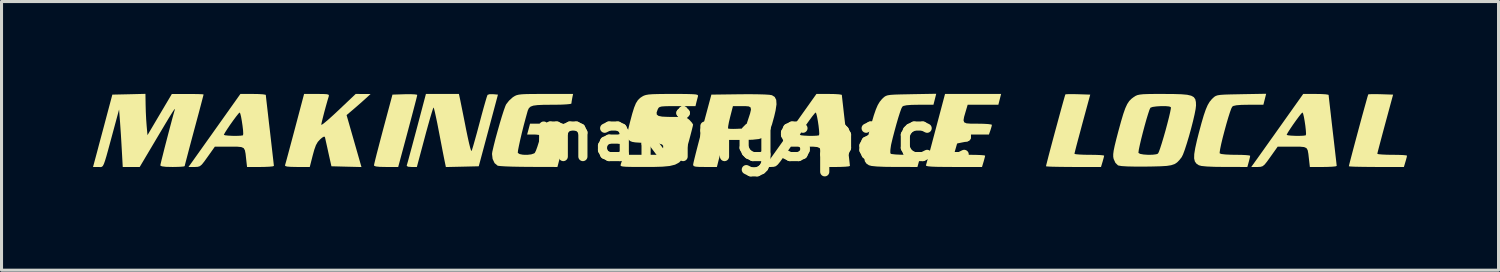
<source format=kicad_pcb>
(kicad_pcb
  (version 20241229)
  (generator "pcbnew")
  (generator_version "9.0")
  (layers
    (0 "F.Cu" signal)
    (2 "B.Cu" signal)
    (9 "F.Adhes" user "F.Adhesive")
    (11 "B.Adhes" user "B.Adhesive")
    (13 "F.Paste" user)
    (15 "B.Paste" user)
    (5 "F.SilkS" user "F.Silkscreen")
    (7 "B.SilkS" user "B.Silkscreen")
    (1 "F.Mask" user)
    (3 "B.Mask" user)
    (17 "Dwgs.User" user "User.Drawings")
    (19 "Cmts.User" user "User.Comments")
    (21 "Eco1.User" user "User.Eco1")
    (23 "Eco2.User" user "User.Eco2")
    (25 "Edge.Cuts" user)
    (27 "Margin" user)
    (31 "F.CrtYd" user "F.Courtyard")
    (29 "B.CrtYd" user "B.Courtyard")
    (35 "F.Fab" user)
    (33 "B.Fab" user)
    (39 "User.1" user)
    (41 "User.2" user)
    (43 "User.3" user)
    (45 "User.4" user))
  (footprint "makingspace"
    (layer "F.Cu")
    (at 21.666 1.404)
    (property "Reference" "makingspace" (at 0 0 0) (layer "F.SilkS") (effects (font (size 1.5 1.5) (thickness 0.3))))
    (attr board_only exclude_from_pos_files exclude_from_bom)
    (fp_poly (pts (xy -11.129 -1.361) (xy -11.049 -1.35) (xy -11.038 -1.341) (xy -11.047 -1.297) (xy -11.074 -1.187) (xy -11.121 -1.006) (xy -11.187 -0.754) (xy -11.274 -0.426) (xy -11.382 -0.02) (xy -11.513 0.467) (xy -11.617 0.853) (xy -11.662 1.02) (xy -12.059 1.02) (xy -12.264 1.016) (xy -12.391 1.003) (xy -12.449 0.98) (xy -12.456 0.964) (xy -12.444 0.908) (xy -12.413 0.778) (xy -12.365 0.586) (xy -12.302 0.345) (xy -12.229 0.065) (xy -12.153 -0.222) (xy -11.85 -1.352) (xy -11.444 -1.365) (xy -11.267 -1.367)) (stroke (width 0) (type solid)) (fill yes) (layer "F.SilkS"))
    (fp_poly (pts (xy 10.54 -1.367) (xy 10.627 -1.365) (xy 11.025 -1.352) (xy 10.766 -0.399) (xy 10.692 -0.121) (xy 10.625 0.127) (xy 10.57 0.335) (xy 10.531 0.488) (xy 10.51 0.574) (xy 10.507 0.587) (xy 10.548 0.601) (xy 10.659 0.611) (xy 10.824 0.619) (xy 10.993 0.621) (xy 11.189 0.623) (xy 11.348 0.629) (xy 11.451 0.639) (xy 11.481 0.649) (xy 11.469 0.705) (xy 11.44 0.812) (xy 11.43 0.848) (xy 11.378 1.02) (xy 10.477 1.02) (xy 10.205 1.018) (xy 9.966 1.015) (xy 9.773 1.011) (xy 9.639 1.005) (xy 9.577 0.998) (xy 9.575 0.996) (xy 9.586 0.945) (xy 9.617 0.823) (xy 9.663 0.643) (xy 9.722 0.419) (xy 9.79 0.164) (xy 9.863 -0.108) (xy 9.938 -0.383) (xy 10.01 -0.649) (xy 10.076 -0.891) (xy 10.133 -1.096) (xy 10.177 -1.251) (xy 10.204 -1.341) (xy 10.211 -1.36) (xy 10.26 -1.366) (xy 10.377 -1.369)) (stroke (width 0) (type solid)) (fill yes) (layer "F.SilkS"))
    (fp_poly (pts (xy 20.47 -1.367) (xy 20.556 -1.365) (xy 20.954 -1.352) (xy 20.696 -0.399) (xy 20.621 -0.121) (xy 20.555 0.127) (xy 20.5 0.335) (xy 20.46 0.488) (xy 20.439 0.574) (xy 20.436 0.587) (xy 20.477 0.601) (xy 20.589 0.611) (xy 20.754 0.619) (xy 20.923 0.621) (xy 21.119 0.623) (xy 21.277 0.629) (xy 21.38 0.639) (xy 21.41 0.649) (xy 21.399 0.705) (xy 21.37 0.812) (xy 21.359 0.848) (xy 21.308 1.02) (xy 20.406 1.02) (xy 20.134 1.018) (xy 19.895 1.015) (xy 19.702 1.011) (xy 19.568 1.005) (xy 19.507 0.998) (xy 19.504 0.996) (xy 19.515 0.945) (xy 19.546 0.823) (xy 19.593 0.643) (xy 19.652 0.419) (xy 19.72 0.164) (xy 19.793 -0.108) (xy 19.867 -0.383) (xy 19.939 -0.649) (xy 20.006 -0.891) (xy 20.063 -1.096) (xy 20.106 -1.251) (xy 20.133 -1.341) (xy 20.14 -1.36) (xy 20.189 -1.366) (xy 20.306 -1.369)) (stroke (width 0) (type solid)) (fill yes) (layer "F.SilkS"))
    (fp_poly (pts (xy -14.136 -1.373) (xy -14.016 -1.367) (xy -13.953 -1.354) (xy -13.933 -1.329) (xy -13.94 -1.288) (xy -13.941 -1.286) (xy -13.983 -1.147) (xy -14.032 -0.973) (xy -14.083 -0.786) (xy -14.128 -0.61) (xy -14.164 -0.466) (xy -14.183 -0.377) (xy -14.184 -0.362) (xy -14.155 -0.372) (xy -14.071 -0.434) (xy -13.944 -0.542) (xy -13.784 -0.686) (xy -13.62 -0.839) (xy -13.055 -1.374) (xy -12.811 -1.373) (xy -12.567 -1.372) (xy -12.723 -1.229) (xy -12.841 -1.123) (xy -12.991 -0.991) (xy -13.116 -0.883) (xy -13.354 -0.681) (xy -13.11 0.171) (xy -12.866 1.022) (xy -13.358 1.01) (xy -13.851 0.997) (xy -13.95 0.554) (xy -13.992 0.361) (xy -14.029 0.197) (xy -14.054 0.083) (xy -14.062 0.046) (xy -14.089 0.021) (xy -14.155 0.058) (xy -14.219 0.113) (xy -14.298 0.198) (xy -14.359 0.305) (xy -14.413 0.455) (xy -14.462 0.632) (xy -14.561 1.02) (xy -14.976 1.02) (xy -15.179 1.016) (xy -15.305 1.006) (xy -15.365 0.987) (xy -15.372 0.964) (xy -15.356 0.908) (xy -15.32 0.778) (xy -15.268 0.586) (xy -15.203 0.343) (xy -15.128 0.063) (xy -15.049 -0.233) (xy -14.747 -1.374) (xy -14.33 -1.374)) (stroke (width 0) (type solid)) (fill yes) (layer "F.SilkS"))
    (fp_poly (pts (xy 8.058 -1.197) (xy 8.013 -1.02) (xy 7.51 -1.02) (xy 7.007 -1.02) (xy 6.939 -0.79) (xy 6.89 -0.622) (xy 6.871 -0.511) (xy 6.892 -0.445) (xy 6.966 -0.411) (xy 7.105 -0.4) (xy 7.319 -0.399) (xy 7.336 -0.399) (xy 7.527 -0.396) (xy 7.68 -0.387) (xy 7.777 -0.373) (xy 7.802 -0.361) (xy 7.788 -0.297) (xy 7.756 -0.191) (xy 7.753 -0.184) (xy 7.704 -0.044) (xy 7.224 -0.044) (xy 6.744 -0.044) (xy 6.672 0.211) (xy 6.629 0.362) (xy 6.593 0.487) (xy 6.577 0.543) (xy 6.575 0.576) (xy 6.6 0.598) (xy 6.666 0.612) (xy 6.788 0.618) (xy 6.979 0.62) (xy 7.067 0.621) (xy 7.269 0.623) (xy 7.433 0.629) (xy 7.542 0.638) (xy 7.58 0.649) (xy 7.568 0.705) (xy 7.539 0.812) (xy 7.529 0.848) (xy 7.477 1.02) (xy 6.549 1.02) (xy 6.227 1.018) (xy 5.985 1.015) (xy 5.814 1.008) (xy 5.705 0.997) (xy 5.65 0.983) (xy 5.64 0.964) (xy 5.656 0.908) (xy 5.692 0.778) (xy 5.744 0.586) (xy 5.809 0.343) (xy 5.883 0.063) (xy 5.962 -0.233) (xy 6.265 -1.374) (xy 7.184 -1.374) (xy 8.103 -1.374)) (stroke (width 0) (type solid)) (fill yes) (layer "F.SilkS"))
    (fp_poly (pts (xy 5.931 -1.2) (xy 5.885 -1.02) (xy 5.406 -1.02) (xy 5.165 -1.016) (xy 5.001 -1.003) (xy 4.902 -0.981) (xy 4.866 -0.958) (xy 4.833 -0.896) (xy 4.787 -0.767) (xy 4.73 -0.588) (xy 4.669 -0.378) (xy 4.608 -0.154) (xy 4.55 0.067) (xy 4.502 0.268) (xy 4.468 0.432) (xy 4.452 0.54) (xy 4.454 0.574) (xy 4.51 0.595) (xy 4.641 0.61) (xy 4.831 0.619) (xy 4.967 0.621) (xy 5.163 0.623) (xy 5.32 0.631) (xy 5.422 0.642) (xy 5.452 0.654) (xy 5.441 0.715) (xy 5.414 0.824) (xy 5.406 0.853) (xy 5.36 1.02) (xy 4.619 1.019) (xy 4.281 1.015) (xy 4.028 1.004) (xy 3.858 0.987) (xy 3.769 0.963) (xy 3.69 0.911) (xy 3.639 0.839) (xy 3.615 0.738) (xy 3.619 0.596) (xy 3.65 0.4) (xy 3.709 0.14) (xy 3.769 -0.096) (xy 3.857 -0.422) (xy 3.931 -0.674) (xy 3.997 -0.865) (xy 4.059 -1.009) (xy 4.124 -1.118) (xy 4.197 -1.206) (xy 4.232 -1.241) (xy 4.277 -1.28) (xy 4.325 -1.309) (xy 4.388 -1.33) (xy 4.482 -1.344) (xy 4.62 -1.353) (xy 4.815 -1.359) (xy 5.081 -1.364) (xy 5.164 -1.366) (xy 5.976 -1.38)) (stroke (width 0) (type solid)) (fill yes) (layer "F.SilkS"))
    (fp_poly (pts (xy 16.747 -1.2) (xy 16.701 -1.02) (xy 16.222 -1.02) (xy 15.981 -1.016) (xy 15.817 -1.003) (xy 15.718 -0.981) (xy 15.682 -0.958) (xy 15.649 -0.896) (xy 15.603 -0.767) (xy 15.546 -0.588) (xy 15.485 -0.378) (xy 15.424 -0.154) (xy 15.366 0.067) (xy 15.318 0.268) (xy 15.284 0.432) (xy 15.268 0.54) (xy 15.27 0.574) (xy 15.326 0.595) (xy 15.457 0.61) (xy 15.647 0.619) (xy 15.783 0.621) (xy 15.979 0.623) (xy 16.136 0.631) (xy 16.239 0.642) (xy 16.268 0.654) (xy 16.257 0.715) (xy 16.23 0.824) (xy 16.222 0.853) (xy 16.176 1.02) (xy 15.435 1.019) (xy 15.097 1.015) (xy 14.844 1.004) (xy 14.674 0.987) (xy 14.585 0.963) (xy 14.507 0.911) (xy 14.455 0.839) (xy 14.431 0.738) (xy 14.435 0.596) (xy 14.467 0.4) (xy 14.525 0.14) (xy 14.585 -0.096) (xy 14.673 -0.422) (xy 14.747 -0.674) (xy 14.813 -0.865) (xy 14.875 -1.009) (xy 14.94 -1.118) (xy 15.013 -1.206) (xy 15.049 -1.241) (xy 15.093 -1.28) (xy 15.141 -1.309) (xy 15.204 -1.33) (xy 15.298 -1.344) (xy 15.436 -1.353) (xy 15.631 -1.359) (xy 15.897 -1.364) (xy 15.98 -1.366) (xy 16.792 -1.38)) (stroke (width 0) (type solid)) (fill yes) (layer "F.SilkS"))
    (fp_poly (pts (xy 0.117 -1.363) (xy 0.34 -1.357) (xy 0.502 -1.347) (xy 0.589 -1.333) (xy 0.592 -1.332) (xy 0.682 -1.275) (xy 0.731 -1.179) (xy 0.74 -1.034) (xy 0.709 -0.827) (xy 0.666 -0.643) (xy 0.592 -0.374) (xy 0.52 -0.176) (xy 0.434 -0.037) (xy 0.319 0.052) (xy 0.162 0.104) (xy -0.052 0.127) (xy -0.337 0.133) (xy -0.393 0.133) (xy -0.972 0.133) (xy -1.034 0.344) (xy -1.083 0.519) (xy -1.136 0.715) (xy -1.155 0.787) (xy -1.214 1.02) (xy -1.604 1.02) (xy -1.793 1.018) (xy -1.909 1.01) (xy -1.97 0.992) (xy -1.991 0.962) (xy -1.993 0.942) (xy -1.981 0.879) (xy -1.949 0.744) (xy -1.9 0.547) (xy -1.837 0.302) (xy -1.763 0.02) (xy -1.693 -0.244) (xy -1.691 -0.25) (xy -0.85 -0.25) (xy -0.847 -0.241) (xy -0.794 -0.231) (xy -0.679 -0.228) (xy -0.556 -0.231) (xy -0.288 -0.244) (xy -0.192 -0.532) (xy -0.127 -0.729) (xy -0.097 -0.857) (xy -0.108 -0.93) (xy -0.166 -0.965) (xy -0.278 -0.975) (xy -0.388 -0.975) (xy -0.688 -0.975) (xy -0.779 -0.62) (xy -0.819 -0.454) (xy -0.843 -0.323) (xy -0.85 -0.25) (xy -1.691 -0.25) (xy -1.395 -1.352) (xy -0.459 -1.364) (xy -0.153 -1.366)) (stroke (width 0) (type solid)) (fill yes) (layer "F.SilkS"))
    (fp_poly (pts (xy -9.626 -1.164) (xy -9.603 -1.049) (xy -9.566 -0.867) (xy -9.52 -0.638) (xy -9.469 -0.381) (xy -9.436 -0.211) (xy -9.386 0.029) (xy -9.341 0.233) (xy -9.302 0.388) (xy -9.273 0.479) (xy -9.259 0.498) (xy -9.239 0.447) (xy -9.201 0.324) (xy -9.149 0.141) (xy -9.085 -0.088) (xy -9.015 -0.35) (xy -8.996 -0.421) (xy -8.925 -0.689) (xy -8.859 -0.929) (xy -8.803 -1.125) (xy -8.761 -1.266) (xy -8.735 -1.338) (xy -8.732 -1.344) (xy -8.67 -1.365) (xy -8.561 -1.367) (xy -8.546 -1.366) (xy -8.392 -1.352) (xy -8.706 -0.177) (xy -9.021 0.997) (xy -9.56 1.01) (xy -10.099 1.022) (xy -10.143 0.81) (xy -10.166 0.696) (xy -10.202 0.514) (xy -10.246 0.284) (xy -10.296 0.025) (xy -10.333 -0.166) (xy -10.381 -0.414) (xy -10.426 -0.627) (xy -10.463 -0.794) (xy -10.49 -0.9) (xy -10.503 -0.931) (xy -10.521 -0.89) (xy -10.558 -0.775) (xy -10.611 -0.599) (xy -10.675 -0.373) (xy -10.748 -0.11) (xy -10.789 0.044) (xy -11.05 1.02) (xy -11.226 1.02) (xy -11.342 1.011) (xy -11.382 0.982) (xy -11.379 0.96) (xy -11.362 0.903) (xy -11.325 0.771) (xy -11.273 0.578) (xy -11.207 0.335) (xy -11.132 0.054) (xy -11.054 -0.237) (xy -10.753 -1.374) (xy -10.212 -1.374) (xy -9.671 -1.374)) (stroke (width 0) (type solid)) (fill yes) (layer "F.SilkS"))
    (fp_poly (pts (xy -16.239 -1.371) (xy -16.098 -1.362) (xy -16.015 -1.349) (xy -16.002 -1.341) (xy -15.997 -1.29) (xy -15.983 -1.162) (xy -15.961 -0.971) (xy -15.933 -0.728) (xy -15.901 -0.445) (xy -15.869 -0.177) (xy -15.834 0.13) (xy -15.802 0.408) (xy -15.775 0.645) (xy -15.754 0.828) (xy -15.741 0.946) (xy -15.737 0.986) (xy -15.778 1) (xy -15.889 1.011) (xy -16.051 1.018) (xy -16.177 1.02) (xy -16.617 1.02) (xy -16.646 0.765) (xy -16.665 0.588) (xy -16.688 0.471) (xy -16.729 0.401) (xy -16.806 0.367) (xy -16.934 0.355) (xy -17.13 0.355) (xy -17.195 0.355) (xy -17.673 0.355) (xy -17.909 0.687) (xy -18.021 0.843) (xy -18.1 0.941) (xy -18.165 0.994) (xy -18.233 1.015) (xy -18.321 1.02) (xy -18.341 1.02) (xy -18.537 1.02) (xy -18.386 0.809) (xy -18.32 0.716) (xy -18.211 0.563) (xy -18.068 0.362) (xy -17.9 0.125) (xy -17.786 -0.034) (xy -17.377 -0.034) (xy -17.337 -0.019) (xy -17.236 -0.008) (xy -17.1 -0.001) (xy -16.957 -0.000094) (xy -16.835 -0.005) (xy -16.759 -0.016) (xy -16.749 -0.021) (xy -16.742 -0.074) (xy -16.748 -0.185) (xy -16.765 -0.331) (xy -16.788 -0.486) (xy -16.813 -0.627) (xy -16.838 -0.728) (xy -16.859 -0.767) (xy -16.859 -0.767) (xy -16.899 -0.729) (xy -16.973 -0.637) (xy -17.068 -0.509) (xy -17.169 -0.367) (xy -17.263 -0.228) (xy -17.336 -0.114) (xy -17.374 -0.044) (xy -17.377 -0.034) (xy -17.786 -0.034) (xy -17.714 -0.136) (xy -17.535 -0.388) (xy -16.835 -1.374) (xy -16.419 -1.374)) (stroke (width 0) (type solid)) (fill yes) (layer "F.SilkS"))
    (fp_poly (pts (xy 2.645 -1.371) (xy 2.786 -1.362) (xy 2.868 -1.349) (xy 2.882 -1.341) (xy 2.887 -1.29) (xy 2.901 -1.162) (xy 2.923 -0.971) (xy 2.95 -0.728) (xy 2.983 -0.445) (xy 3.014 -0.177) (xy 3.05 0.13) (xy 3.082 0.408) (xy 3.109 0.645) (xy 3.13 0.828) (xy 3.143 0.946) (xy 3.147 0.986) (xy 3.106 1) (xy 2.995 1.011) (xy 2.833 1.018) (xy 2.707 1.02) (xy 2.267 1.02) (xy 2.238 0.765) (xy 2.218 0.588) (xy 2.196 0.471) (xy 2.155 0.401) (xy 2.078 0.367) (xy 1.95 0.355) (xy 1.753 0.355) (xy 1.688 0.355) (xy 1.211 0.355) (xy 0.975 0.687) (xy 0.863 0.843) (xy 0.783 0.941) (xy 0.719 0.994) (xy 0.651 1.015) (xy 0.562 1.02) (xy 0.543 1.02) (xy 0.346 1.02) (xy 0.497 0.809) (xy 0.564 0.716) (xy 0.673 0.563) (xy 0.816 0.362) (xy 0.984 0.125) (xy 1.097 -0.034) (xy 1.507 -0.034) (xy 1.547 -0.019) (xy 1.648 -0.008) (xy 1.784 -0.001) (xy 1.926 -0.000094) (xy 2.049 -0.005) (xy 2.125 -0.016) (xy 2.134 -0.021) (xy 2.142 -0.074) (xy 2.135 -0.185) (xy 2.119 -0.331) (xy 2.096 -0.486) (xy 2.07 -0.627) (xy 2.045 -0.728) (xy 2.025 -0.767) (xy 2.024 -0.767) (xy 1.985 -0.729) (xy 1.911 -0.637) (xy 1.816 -0.509) (xy 1.715 -0.367) (xy 1.621 -0.228) (xy 1.548 -0.114) (xy 1.51 -0.044) (xy 1.507 -0.034) (xy 1.097 -0.034) (xy 1.17 -0.136) (xy 1.348 -0.388) (xy 2.049 -1.374) (xy 2.465 -1.374)) (stroke (width 0) (type solid)) (fill yes) (layer "F.SilkS"))
    (fp_poly (pts (xy 18.603 -1.371) (xy 18.744 -1.362) (xy 18.826 -1.349) (xy 18.84 -1.341) (xy 18.845 -1.29) (xy 18.859 -1.162) (xy 18.881 -0.971) (xy 18.909 -0.728) (xy 18.941 -0.445) (xy 18.972 -0.177) (xy 19.008 0.13) (xy 19.04 0.408) (xy 19.067 0.645) (xy 19.088 0.828) (xy 19.101 0.946) (xy 19.105 0.986) (xy 19.064 1) (xy 18.953 1.011) (xy 18.791 1.018) (xy 18.665 1.02) (xy 18.225 1.02) (xy 18.196 0.765) (xy 18.176 0.588) (xy 18.154 0.471) (xy 18.113 0.401) (xy 18.036 0.367) (xy 17.908 0.355) (xy 17.712 0.355) (xy 17.646 0.355) (xy 17.169 0.355) (xy 16.933 0.687) (xy 16.821 0.843) (xy 16.742 0.941) (xy 16.677 0.994) (xy 16.609 1.015) (xy 16.521 1.02) (xy 16.501 1.02) (xy 16.304 1.02) (xy 16.455 0.809) (xy 16.522 0.716) (xy 16.631 0.563) (xy 16.774 0.362) (xy 16.942 0.125) (xy 17.056 -0.034) (xy 17.465 -0.034) (xy 17.505 -0.019) (xy 17.606 -0.008) (xy 17.742 -0.001) (xy 17.884 -0.000094) (xy 18.007 -0.005) (xy 18.083 -0.016) (xy 18.093 -0.021) (xy 18.1 -0.074) (xy 18.093 -0.185) (xy 18.077 -0.331) (xy 18.054 -0.486) (xy 18.029 -0.627) (xy 18.004 -0.728) (xy 17.983 -0.767) (xy 17.982 -0.767) (xy 17.943 -0.729) (xy 17.869 -0.637) (xy 17.774 -0.509) (xy 17.673 -0.367) (xy 17.579 -0.228) (xy 17.506 -0.114) (xy 17.468 -0.044) (xy 17.465 -0.034) (xy 17.056 -0.034) (xy 17.128 -0.136) (xy 17.307 -0.388) (xy 18.007 -1.374) (xy 18.423 -1.374)) (stroke (width 0) (type solid)) (fill yes) (layer "F.SilkS"))
    (fp_poly (pts (xy -19.942 -1.01) (xy -19.936 -0.784) (xy -19.924 -0.541) (xy -19.909 -0.335) (xy -19.909 -0.333) (xy -19.881 -0.023) (xy -19.482 -0.698) (xy -19.083 -1.372) (xy -18.562 -1.373) (xy -18.359 -1.372) (xy -18.193 -1.369) (xy -18.082 -1.364) (xy -18.042 -1.357) (xy -18.053 -1.312) (xy -18.084 -1.192) (xy -18.132 -1.009) (xy -18.194 -0.774) (xy -18.268 -0.499) (xy -18.35 -0.194) (xy -18.352 -0.187) (xy -18.434 0.119) (xy -18.508 0.397) (xy -18.57 0.634) (xy -18.619 0.82) (xy -18.651 0.944) (xy -18.662 0.993) (xy -18.662 0.993) (xy -18.703 1.005) (xy -18.813 1.014) (xy -18.972 1.019) (xy -19.061 1.02) (xy -19.277 1.015) (xy -19.408 0.999) (xy -19.459 0.973) (xy -19.46 0.968) (xy -19.449 0.915) (xy -19.42 0.791) (xy -19.375 0.614) (xy -19.321 0.398) (xy -19.259 0.16) (xy -19.195 -0.085) (xy -19.133 -0.32) (xy -19.077 -0.531) (xy -19.031 -0.7) (xy -18.999 -0.813) (xy -18.99 -0.842) (xy -18.98 -0.878) (xy -18.991 -0.877) (xy -19.026 -0.831) (xy -19.088 -0.736) (xy -19.181 -0.585) (xy -19.309 -0.372) (xy -19.476 -0.092) (xy -19.59 0.1) (xy -20.136 1.02) (xy -20.414 1.02) (xy -20.692 1.02) (xy -20.721 0.499) (xy -20.736 0.236) (xy -20.753 -0.048) (xy -20.771 -0.311) (xy -20.78 -0.443) (xy -20.812 -0.864) (xy -21.004 -0.155) (xy -21.098 0.193) (xy -21.172 0.466) (xy -21.229 0.671) (xy -21.274 0.819) (xy -21.31 0.919) (xy -21.341 0.98) (xy -21.371 1.011) (xy -21.405 1.022) (xy -21.445 1.022) (xy -21.496 1.02) (xy -21.497 1.02) (xy -21.666 1.02) (xy -21.532 0.521) (xy -21.471 0.29) (xy -21.395 0.006) (xy -21.313 -0.299) (xy -21.235 -0.594) (xy -21.216 -0.665) (xy -21.033 -1.352) (xy -20.49 -1.364) (xy -19.948 -1.377)) (stroke (width 0) (type solid)) (fill yes) (layer "F.SilkS"))
    (fp_poly (pts (xy -5.957 -1.236) (xy -5.976 -1.127) (xy -5.984 -1.059) (xy -5.984 -1.058) (xy -6.026 -1.045) (xy -6.141 -1.033) (xy -6.313 -1.024) (xy -6.527 -1.02) (xy -6.624 -1.02) (xy -6.897 -1.018) (xy -7.095 -1.009) (xy -7.232 -0.991) (xy -7.321 -0.959) (xy -7.376 -0.91) (xy -7.41 -0.84) (xy -7.42 -0.809) (xy -7.484 -0.579) (xy -7.549 -0.335) (xy -7.61 -0.091) (xy -7.663 0.135) (xy -7.705 0.329) (xy -7.733 0.472) (xy -7.741 0.551) (xy -7.74 0.558) (xy -7.683 0.597) (xy -7.57 0.619) (xy -7.432 0.622) (xy -7.3 0.607) (xy -7.204 0.574) (xy -7.183 0.557) (xy -7.147 0.486) (xy -7.101 0.361) (xy -7.055 0.215) (xy -7.019 0.081) (xy -7.004 -0.01) (xy -7.004 -0.011) (xy -7.044 -0.03) (xy -7.145 -0.042) (xy -7.219 -0.044) (xy -7.435 -0.044) (xy -7.387 -0.222) (xy -7.34 -0.399) (xy -6.704 -0.399) (xy -6.454 -0.398) (xy -6.281 -0.395) (xy -6.17 -0.387) (xy -6.11 -0.373) (xy -6.088 -0.352) (xy -6.09 -0.322) (xy -6.09 -0.321) (xy -6.109 -0.252) (xy -6.145 -0.115) (xy -6.195 0.073) (xy -6.253 0.295) (xy -6.277 0.388) (xy -6.442 1.02) (xy -7.377 1.017) (xy -7.661 1.014) (xy -7.919 1.009) (xy -8.137 1.001) (xy -8.3 0.991) (xy -8.393 0.98) (xy -8.404 0.976) (xy -8.502 0.894) (xy -8.567 0.756) (xy -8.586 0.593) (xy -8.577 0.524) (xy -8.531 0.325) (xy -8.472 0.091) (xy -8.403 -0.159) (xy -8.332 -0.409) (xy -8.263 -0.64) (xy -8.2 -0.835) (xy -8.15 -0.974) (xy -8.124 -1.032) (xy -8.028 -1.155) (xy -7.906 -1.265) (xy -7.893 -1.274) (xy -7.838 -1.308) (xy -7.782 -1.333) (xy -7.708 -1.351) (xy -7.606 -1.363) (xy -7.46 -1.37) (xy -7.259 -1.373) (xy -6.988 -1.374) (xy -6.837 -1.374) (xy -5.929 -1.374)) (stroke (width 0) (type solid)) (fill yes) (layer "F.SilkS"))
    (fp_poly (pts (xy 13.755 -1.372) (xy 14.014 -1.364) (xy 14.204 -1.347) (xy 14.336 -1.316) (xy 14.421 -1.268) (xy 14.469 -1.2) (xy 14.489 -1.108) (xy 14.493 -0.997) (xy 14.48 -0.88) (xy 14.445 -0.701) (xy 14.394 -0.481) (xy 14.331 -0.236) (xy 14.262 0.014) (xy 14.191 0.25) (xy 14.124 0.456) (xy 14.066 0.612) (xy 14.022 0.699) (xy 13.944 0.798) (xy 13.871 0.872) (xy 13.787 0.926) (xy 13.679 0.962) (xy 13.533 0.985) (xy 13.335 0.997) (xy 13.072 1.004) (xy 12.863 1.007) (xy 12.514 1.008) (xy 12.242 1.002) (xy 12.051 0.99) (xy 11.945 0.971) (xy 11.935 0.967) (xy 11.851 0.886) (xy 11.792 0.756) (xy 11.779 0.684) (xy 11.779 0.597) (xy 11.786 0.543) (xy 12.606 0.543) (xy 12.607 0.559) (xy 12.66 0.59) (xy 12.773 0.611) (xy 12.917 0.621) (xy 13.065 0.619) (xy 13.187 0.604) (xy 13.244 0.583) (xy 13.272 0.532) (xy 13.316 0.412) (xy 13.371 0.241) (xy 13.433 0.035) (xy 13.496 -0.186) (xy 13.555 -0.408) (xy 13.607 -0.611) (xy 13.646 -0.78) (xy 13.668 -0.896) (xy 13.668 -0.942) (xy 13.612 -0.964) (xy 13.496 -0.975) (xy 13.348 -0.975) (xy 13.198 -0.966) (xy 13.073 -0.949) (xy 13.001 -0.924) (xy 12.998 -0.92) (xy 12.967 -0.855) (xy 12.923 -0.723) (xy 12.868 -0.543) (xy 12.809 -0.333) (xy 12.75 -0.111) (xy 12.695 0.106) (xy 12.65 0.299) (xy 12.618 0.451) (xy 12.606 0.543) (xy 11.786 0.543) (xy 11.794 0.481) (xy 11.827 0.322) (xy 11.88 0.105) (xy 11.948 -0.155) (xy 12.036 -0.475) (xy 12.109 -0.72) (xy 12.174 -0.905) (xy 12.237 -1.041) (xy 12.303 -1.141) (xy 12.378 -1.217) (xy 12.454 -1.274) (xy 12.511 -1.31) (xy 12.571 -1.336) (xy 12.649 -1.353) (xy 12.759 -1.365) (xy 12.914 -1.371) (xy 13.13 -1.374) (xy 13.419 -1.374)) (stroke (width 0) (type solid)) (fill yes) (layer "F.SilkS"))
    (fp_poly (pts (xy -2.372 -1.374) (xy -2.154 -1.371) (xy -2.002 -1.366) (xy -1.905 -1.358) (xy -1.853 -1.344) (xy -1.833 -1.325) (xy -1.834 -1.298) (xy -1.835 -1.297) (xy -1.862 -1.194) (xy -1.887 -1.097) (xy -1.916 -0.975) (xy -2.51 -0.975) (xy -2.75 -0.975) (xy -2.916 -0.971) (xy -3.024 -0.963) (xy -3.088 -0.946) (xy -3.125 -0.92) (xy -3.148 -0.88) (xy -3.154 -0.867) (xy -3.19 -0.768) (xy -3.185 -0.699) (xy -3.129 -0.655) (xy -3.01 -0.631) (xy -2.819 -0.622) (xy -2.681 -0.621) (xy -2.47 -0.619) (xy -2.327 -0.613) (xy -2.234 -0.597) (xy -2.17 -0.569) (xy -2.116 -0.524) (xy -2.104 -0.512) (xy -2.03 -0.429) (xy -1.996 -0.372) (xy -1.995 -0.368) (xy -2.006 -0.313) (xy -2.036 -0.192) (xy -2.08 -0.022) (xy -2.127 0.155) (xy -2.2 0.413) (xy -2.271 0.613) (xy -2.35 0.764) (xy -2.451 0.872) (xy -2.585 0.944) (xy -2.763 0.988) (xy -2.998 1.01) (xy -3.301 1.019) (xy -3.562 1.019) (xy -3.853 1.019) (xy -4.067 1.017) (xy -4.215 1.012) (xy -4.308 1.003) (xy -4.357 0.989) (xy -4.373 0.969) (xy -4.368 0.942) (xy -4.336 0.839) (xy -4.313 0.742) (xy -4.289 0.621) (xy -3.673 0.621) (xy -3.056 0.621) (xy -3.011 0.502) (xy -2.977 0.399) (xy -2.975 0.327) (xy -3.014 0.281) (xy -3.109 0.254) (xy -3.269 0.239) (xy -3.506 0.231) (xy -3.508 0.231) (xy -3.734 0.224) (xy -3.889 0.214) (xy -3.99 0.197) (xy -4.055 0.171) (xy -4.101 0.132) (xy -4.105 0.128) (xy -4.139 0.086) (xy -4.157 0.04) (xy -4.158 -0.028) (xy -4.14 -0.134) (xy -4.102 -0.295) (xy -4.061 -0.458) (xy -3.989 -0.729) (xy -3.927 -0.928) (xy -3.868 -1.071) (xy -3.804 -1.171) (xy -3.73 -1.244) (xy -3.666 -1.287) (xy -3.609 -1.318) (xy -3.542 -1.34) (xy -3.451 -1.356) (xy -3.322 -1.366) (xy -3.143 -1.371) (xy -2.899 -1.374) (xy -2.668 -1.374)) (stroke (width 0) (type solid)) (fill yes) (layer "F.SilkS")))
  (gr_rect
    (start -3 -3)
    (end 46.076 5.808)
    (stroke (width 0.1) (type default))
    (fill no)
    (layer "Edge.Cuts")))
</source>
